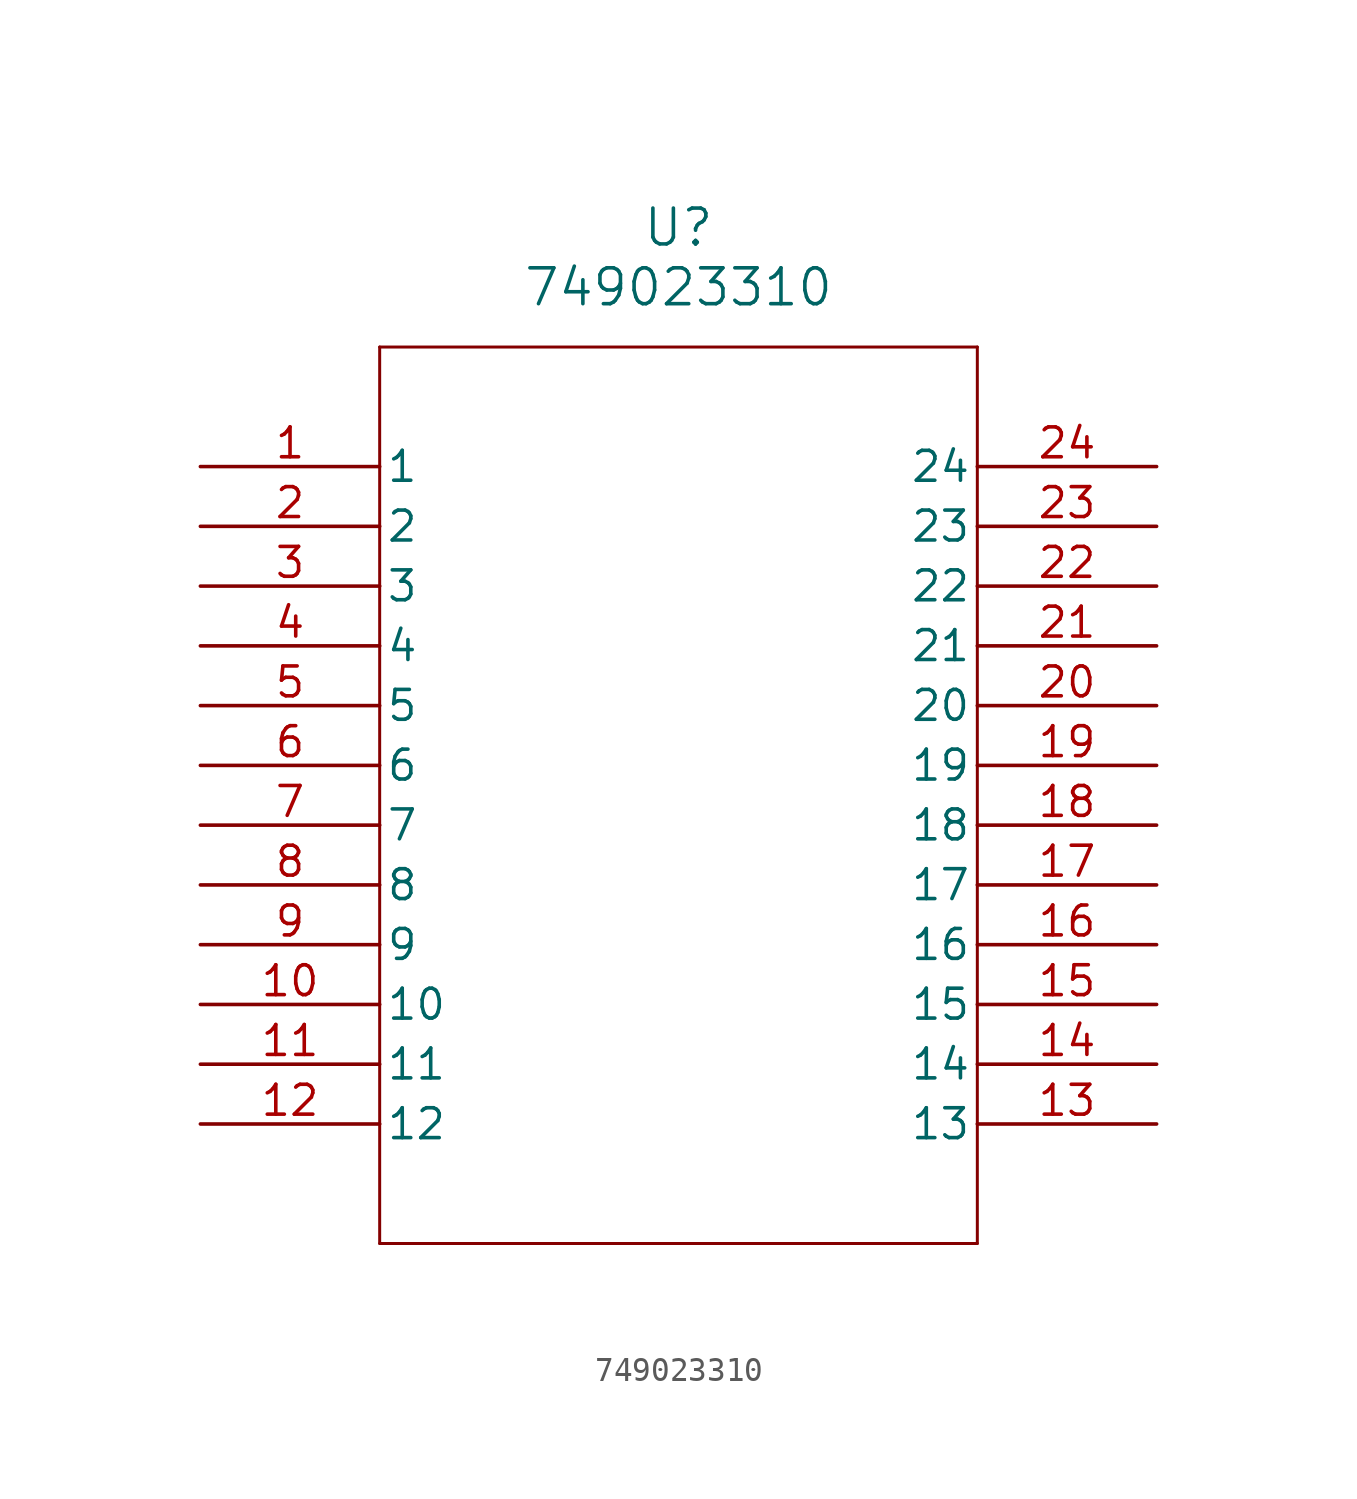
<source format=kicad_sym>
(kicad_symbol_lib
  (version 20211014)
  (generator kicad_symbol_editor)
  (symbol "749023310"
    (pin_names
      (offset 0.254))
    (property "Reference" "U"
      (at 20.32 10.16 0)
      (effects (font (size 1.524 1.524))))
    (property "Value" "749023310"
      (at 20.32 7.62 0)
      (effects (font (size 1.524 1.524))))
    (symbol "749023310_0_1"
      (polyline (pts (xy 7.62 5.08) (xy 7.62 -33.02)) (stroke (width 0.127) (type default) (color 0 0 0 0)) (fill (type none)))
      (polyline (pts (xy 7.62 -33.02) (xy 33.02 -33.02)) (stroke (width 0.127) (type default) (color 0 0 0 0)) (fill (type none)))
      (polyline (pts (xy 33.02 -33.02) (xy 33.02 5.08)) (stroke (width 0.127) (type default) (color 0 0 0 0)) (fill (type none)))
      (polyline (pts (xy 33.02 5.08) (xy 7.62 5.08)) (stroke (width 0.127) (type default) (color 0 0 0 0)) (fill (type none)))
      (pin unspecified line (at 0 0 0) (length 7.62) (name "1" (effects (font (size 1.27 1.27)))) (number "1" (effects (font (size 1.27 1.27)))))
      (pin unspecified line (at 0 -2.54 0) (length 7.62) (name "2" (effects (font (size 1.27 1.27)))) (number "2" (effects (font (size 1.27 1.27)))))
      (pin unspecified line (at 0 -5.08 0) (length 7.62) (name "3" (effects (font (size 1.27 1.27)))) (number "3" (effects (font (size 1.27 1.27)))))
      (pin unspecified line (at 0 -7.62 0) (length 7.62) (name "4" (effects (font (size 1.27 1.27)))) (number "4" (effects (font (size 1.27 1.27)))))
      (pin unspecified line (at 0 -10.16 0) (length 7.62) (name "5" (effects (font (size 1.27 1.27)))) (number "5" (effects (font (size 1.27 1.27)))))
      (pin unspecified line (at 0 -12.7 0) (length 7.62) (name "6" (effects (font (size 1.27 1.27)))) (number "6" (effects (font (size 1.27 1.27)))))
      (pin unspecified line (at 0 -15.24 0) (length 7.62) (name "7" (effects (font (size 1.27 1.27)))) (number "7" (effects (font (size 1.27 1.27)))))
      (pin unspecified line (at 0 -17.78 0) (length 7.62) (name "8" (effects (font (size 1.27 1.27)))) (number "8" (effects (font (size 1.27 1.27)))))
      (pin unspecified line (at 0 -20.32 0) (length 7.62) (name "9" (effects (font (size 1.27 1.27)))) (number "9" (effects (font (size 1.27 1.27)))))
      (pin unspecified line (at 0 -22.86 0) (length 7.62) (name "10" (effects (font (size 1.27 1.27)))) (number "10" (effects (font (size 1.27 1.27)))))
      (pin unspecified line (at 0 -25.4 0) (length 7.62) (name "11" (effects (font (size 1.27 1.27)))) (number "11" (effects (font (size 1.27 1.27)))))
      (pin unspecified line (at 0 -27.94 0) (length 7.62) (name "12" (effects (font (size 1.27 1.27)))) (number "12" (effects (font (size 1.27 1.27)))))
      (pin unspecified line (at 40.64 -27.94 180) (length 7.62) (name "13" (effects (font (size 1.27 1.27)))) (number "13" (effects (font (size 1.27 1.27)))))
      (pin unspecified line (at 40.64 -25.4 180) (length 7.62) (name "14" (effects (font (size 1.27 1.27)))) (number "14" (effects (font (size 1.27 1.27)))))
      (pin unspecified line (at 40.64 -22.86 180) (length 7.62) (name "15" (effects (font (size 1.27 1.27)))) (number "15" (effects (font (size 1.27 1.27)))))
      (pin unspecified line (at 40.64 -20.32 180) (length 7.62) (name "16" (effects (font (size 1.27 1.27)))) (number "16" (effects (font (size 1.27 1.27)))))
      (pin unspecified line (at 40.64 -17.78 180) (length 7.62) (name "17" (effects (font (size 1.27 1.27)))) (number "17" (effects (font (size 1.27 1.27)))))
      (pin unspecified line (at 40.64 -15.24 180) (length 7.62) (name "18" (effects (font (size 1.27 1.27)))) (number "18" (effects (font (size 1.27 1.27)))))
      (pin unspecified line (at 40.64 -12.7 180) (length 7.62) (name "19" (effects (font (size 1.27 1.27)))) (number "19" (effects (font (size 1.27 1.27)))))
      (pin unspecified line (at 40.64 -10.16 180) (length 7.62) (name "20" (effects (font (size 1.27 1.27)))) (number "20" (effects (font (size 1.27 1.27)))))
      (pin unspecified line (at 40.64 -7.62 180) (length 7.62) (name "21" (effects (font (size 1.27 1.27)))) (number "21" (effects (font (size 1.27 1.27)))))
      (pin unspecified line (at 40.64 -5.08 180) (length 7.62) (name "22" (effects (font (size 1.27 1.27)))) (number "22" (effects (font (size 1.27 1.27)))))
      (pin unspecified line (at 40.64 -2.54 180) (length 7.62) (name "23" (effects (font (size 1.27 1.27)))) (number "23" (effects (font (size 1.27 1.27)))))
      (pin unspecified line (at 40.64 0 180) (length 7.62) (name "24" (effects (font (size 1.27 1.27)))) (number "24" (effects (font (size 1.27 1.27))))))))
</source>
